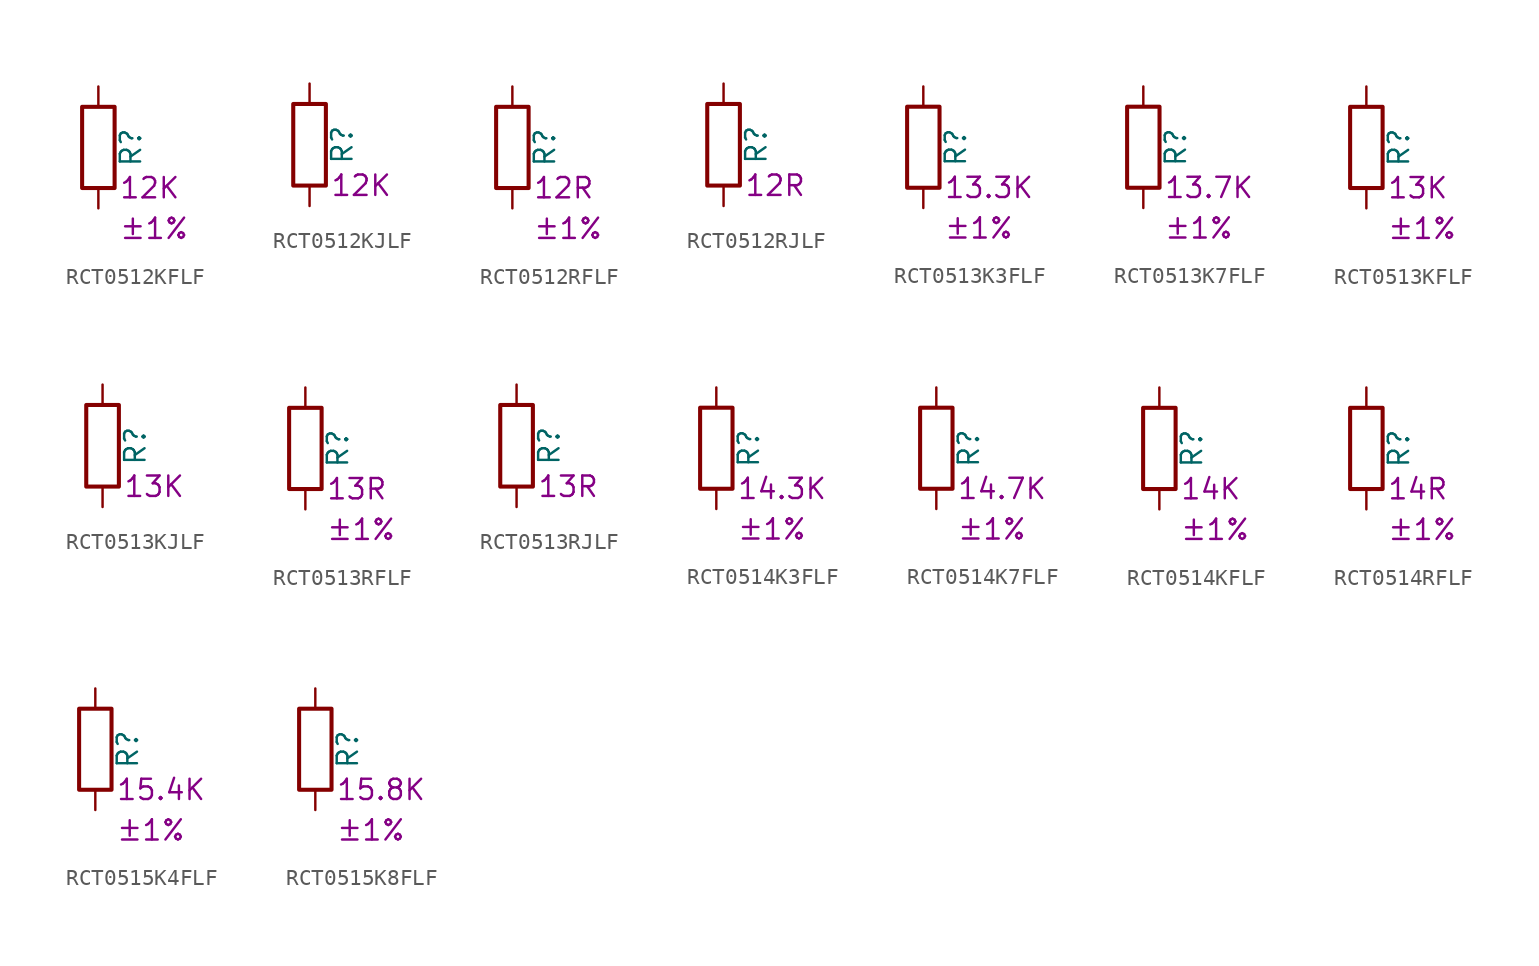
<source format=kicad_sym>
(kicad_symbol_lib
  (version 20220914)
  (generator kicad_symbol_editor)
  (symbol "RCT0512KFLF"
    (pin_numbers hide)
    (pin_names
      (offset 0))
    (property "Reference" "R"
      (at 2.032 0 90)
      (effects (font (size 1.27 1.27))))
    (property "Resistance" "12K"
      (at 1.27 -2.54 0)
      (effects (font (size 1.27 1.27)) (justify left)))
    (property "Tolerance" "±1%"
      (at 1.27 -5.08 0)
      (effects (font (size 1.27 1.27)) (justify left)))
    (symbol "RCT0512KFLF_0_1"
      (rectangle (start -1.016 -2.54) (end 1.016 2.54) (stroke (width 0.254) (type default)) (fill (type none))))
    (symbol "RCT0512KFLF_1_1"
      (pin passive line (at 0 3.81 270) (length 1.27) (name "~" (effects (font (size 1.27 1.27)))) (number "1" (effects (font (size 1.27 1.27)))))
      (pin passive line (at 0 -3.81 90) (length 1.27) (name "~" (effects (font (size 1.27 1.27)))) (number "2" (effects (font (size 1.27 1.27)))))))
  (symbol "RCT0512KJLF"
    (pin_numbers hide)
    (pin_names
      (offset 0))
    (property "Reference" "R"
      (at 2.032 0 90)
      (effects (font (size 1.27 1.27))))
    (property "Resistance" "12K"
      (at 1.27 -2.54 0)
      (effects (font (size 1.27 1.27)) (justify left)))
    (symbol "RCT0512KJLF_0_1"
      (rectangle (start -1.016 -2.54) (end 1.016 2.54) (stroke (width 0.254) (type default)) (fill (type none))))
    (symbol "RCT0512KJLF_1_1"
      (pin passive line (at 0 3.81 270) (length 1.27) (name "~" (effects (font (size 1.27 1.27)))) (number "1" (effects (font (size 1.27 1.27)))))
      (pin passive line (at 0 -3.81 90) (length 1.27) (name "~" (effects (font (size 1.27 1.27)))) (number "2" (effects (font (size 1.27 1.27)))))))
  (symbol "RCT0512RFLF"
    (pin_numbers hide)
    (pin_names
      (offset 0))
    (property "Reference" "R"
      (at 2.032 0 90)
      (effects (font (size 1.27 1.27))))
    (property "Resistance" "12R"
      (at 1.27 -2.54 0)
      (effects (font (size 1.27 1.27)) (justify left)))
    (property "Tolerance" "±1%"
      (at 1.27 -5.08 0)
      (effects (font (size 1.27 1.27)) (justify left)))
    (symbol "RCT0512RFLF_0_1"
      (rectangle (start -1.016 -2.54) (end 1.016 2.54) (stroke (width 0.254) (type default)) (fill (type none))))
    (symbol "RCT0512RFLF_1_1"
      (pin passive line (at 0 3.81 270) (length 1.27) (name "~" (effects (font (size 1.27 1.27)))) (number "1" (effects (font (size 1.27 1.27)))))
      (pin passive line (at 0 -3.81 90) (length 1.27) (name "~" (effects (font (size 1.27 1.27)))) (number "2" (effects (font (size 1.27 1.27)))))))
  (symbol "RCT0512RJLF"
    (pin_numbers hide)
    (pin_names
      (offset 0))
    (property "Reference" "R"
      (at 2.032 0 90)
      (effects (font (size 1.27 1.27))))
    (property "Resistance" "12R"
      (at 1.27 -2.54 0)
      (effects (font (size 1.27 1.27)) (justify left)))
    (symbol "RCT0512RJLF_0_1"
      (rectangle (start -1.016 -2.54) (end 1.016 2.54) (stroke (width 0.254) (type default)) (fill (type none))))
    (symbol "RCT0512RJLF_1_1"
      (pin passive line (at 0 3.81 270) (length 1.27) (name "~" (effects (font (size 1.27 1.27)))) (number "1" (effects (font (size 1.27 1.27)))))
      (pin passive line (at 0 -3.81 90) (length 1.27) (name "~" (effects (font (size 1.27 1.27)))) (number "2" (effects (font (size 1.27 1.27)))))))
  (symbol "RCT0513K3FLF"
    (pin_numbers hide)
    (pin_names
      (offset 0))
    (property "Reference" "R"
      (at 2.032 0 90)
      (effects (font (size 1.27 1.27))))
    (property "Resistance" "13.3K"
      (at 1.27 -2.54 0)
      (effects (font (size 1.27 1.27)) (justify left)))
    (property "Tolerance" "±1%"
      (at 1.27 -5.08 0)
      (effects (font (size 1.27 1.27)) (justify left)))
    (symbol "RCT0513K3FLF_0_1"
      (rectangle (start -1.016 -2.54) (end 1.016 2.54) (stroke (width 0.254) (type default)) (fill (type none))))
    (symbol "RCT0513K3FLF_1_1"
      (pin passive line (at 0 3.81 270) (length 1.27) (name "~" (effects (font (size 1.27 1.27)))) (number "1" (effects (font (size 1.27 1.27)))))
      (pin passive line (at 0 -3.81 90) (length 1.27) (name "~" (effects (font (size 1.27 1.27)))) (number "2" (effects (font (size 1.27 1.27)))))))
  (symbol "RCT0513K7FLF"
    (pin_numbers hide)
    (pin_names
      (offset 0))
    (property "Reference" "R"
      (at 2.032 0 90)
      (effects (font (size 1.27 1.27))))
    (property "Resistance" "13.7K"
      (at 1.27 -2.54 0)
      (effects (font (size 1.27 1.27)) (justify left)))
    (property "Tolerance" "±1%"
      (at 1.27 -5.08 0)
      (effects (font (size 1.27 1.27)) (justify left)))
    (symbol "RCT0513K7FLF_0_1"
      (rectangle (start -1.016 -2.54) (end 1.016 2.54) (stroke (width 0.254) (type default)) (fill (type none))))
    (symbol "RCT0513K7FLF_1_1"
      (pin passive line (at 0 3.81 270) (length 1.27) (name "~" (effects (font (size 1.27 1.27)))) (number "1" (effects (font (size 1.27 1.27)))))
      (pin passive line (at 0 -3.81 90) (length 1.27) (name "~" (effects (font (size 1.27 1.27)))) (number "2" (effects (font (size 1.27 1.27)))))))
  (symbol "RCT0513KFLF"
    (pin_numbers hide)
    (pin_names
      (offset 0))
    (property "Reference" "R"
      (at 2.032 0 90)
      (effects (font (size 1.27 1.27))))
    (property "Resistance" "13K"
      (at 1.27 -2.54 0)
      (effects (font (size 1.27 1.27)) (justify left)))
    (property "Tolerance" "±1%"
      (at 1.27 -5.08 0)
      (effects (font (size 1.27 1.27)) (justify left)))
    (symbol "RCT0513KFLF_0_1"
      (rectangle (start -1.016 -2.54) (end 1.016 2.54) (stroke (width 0.254) (type default)) (fill (type none))))
    (symbol "RCT0513KFLF_1_1"
      (pin passive line (at 0 3.81 270) (length 1.27) (name "~" (effects (font (size 1.27 1.27)))) (number "1" (effects (font (size 1.27 1.27)))))
      (pin passive line (at 0 -3.81 90) (length 1.27) (name "~" (effects (font (size 1.27 1.27)))) (number "2" (effects (font (size 1.27 1.27)))))))
  (symbol "RCT0513KJLF"
    (pin_numbers hide)
    (pin_names
      (offset 0))
    (property "Reference" "R"
      (at 2.032 0 90)
      (effects (font (size 1.27 1.27))))
    (property "Resistance" "13K"
      (at 1.27 -2.54 0)
      (effects (font (size 1.27 1.27)) (justify left)))
    (symbol "RCT0513KJLF_0_1"
      (rectangle (start -1.016 -2.54) (end 1.016 2.54) (stroke (width 0.254) (type default)) (fill (type none))))
    (symbol "RCT0513KJLF_1_1"
      (pin passive line (at 0 3.81 270) (length 1.27) (name "~" (effects (font (size 1.27 1.27)))) (number "1" (effects (font (size 1.27 1.27)))))
      (pin passive line (at 0 -3.81 90) (length 1.27) (name "~" (effects (font (size 1.27 1.27)))) (number "2" (effects (font (size 1.27 1.27)))))))
  (symbol "RCT0513RFLF"
    (pin_numbers hide)
    (pin_names
      (offset 0))
    (property "Reference" "R"
      (at 2.032 0 90)
      (effects (font (size 1.27 1.27))))
    (property "Resistance" "13R"
      (at 1.27 -2.54 0)
      (effects (font (size 1.27 1.27)) (justify left)))
    (property "Tolerance" "±1%"
      (at 1.27 -5.08 0)
      (effects (font (size 1.27 1.27)) (justify left)))
    (symbol "RCT0513RFLF_0_1"
      (rectangle (start -1.016 -2.54) (end 1.016 2.54) (stroke (width 0.254) (type default)) (fill (type none))))
    (symbol "RCT0513RFLF_1_1"
      (pin passive line (at 0 3.81 270) (length 1.27) (name "~" (effects (font (size 1.27 1.27)))) (number "1" (effects (font (size 1.27 1.27)))))
      (pin passive line (at 0 -3.81 90) (length 1.27) (name "~" (effects (font (size 1.27 1.27)))) (number "2" (effects (font (size 1.27 1.27)))))))
  (symbol "RCT0513RJLF"
    (pin_numbers hide)
    (pin_names
      (offset 0))
    (property "Reference" "R"
      (at 2.032 0 90)
      (effects (font (size 1.27 1.27))))
    (property "Resistance" "13R"
      (at 1.27 -2.54 0)
      (effects (font (size 1.27 1.27)) (justify left)))
    (symbol "RCT0513RJLF_0_1"
      (rectangle (start -1.016 -2.54) (end 1.016 2.54) (stroke (width 0.254) (type default)) (fill (type none))))
    (symbol "RCT0513RJLF_1_1"
      (pin passive line (at 0 3.81 270) (length 1.27) (name "~" (effects (font (size 1.27 1.27)))) (number "1" (effects (font (size 1.27 1.27)))))
      (pin passive line (at 0 -3.81 90) (length 1.27) (name "~" (effects (font (size 1.27 1.27)))) (number "2" (effects (font (size 1.27 1.27)))))))
  (symbol "RCT0514K3FLF"
    (pin_numbers hide)
    (pin_names
      (offset 0))
    (property "Reference" "R"
      (at 2.032 0 90)
      (effects (font (size 1.27 1.27))))
    (property "Resistance" "14.3K"
      (at 1.27 -2.54 0)
      (effects (font (size 1.27 1.27)) (justify left)))
    (property "Tolerance" "±1%"
      (at 1.27 -5.08 0)
      (effects (font (size 1.27 1.27)) (justify left)))
    (symbol "RCT0514K3FLF_0_1"
      (rectangle (start -1.016 -2.54) (end 1.016 2.54) (stroke (width 0.254) (type default)) (fill (type none))))
    (symbol "RCT0514K3FLF_1_1"
      (pin passive line (at 0 3.81 270) (length 1.27) (name "~" (effects (font (size 1.27 1.27)))) (number "1" (effects (font (size 1.27 1.27)))))
      (pin passive line (at 0 -3.81 90) (length 1.27) (name "~" (effects (font (size 1.27 1.27)))) (number "2" (effects (font (size 1.27 1.27)))))))
  (symbol "RCT0514K7FLF"
    (pin_numbers hide)
    (pin_names
      (offset 0))
    (property "Reference" "R"
      (at 2.032 0 90)
      (effects (font (size 1.27 1.27))))
    (property "Resistance" "14.7K"
      (at 1.27 -2.54 0)
      (effects (font (size 1.27 1.27)) (justify left)))
    (property "Tolerance" "±1%"
      (at 1.27 -5.08 0)
      (effects (font (size 1.27 1.27)) (justify left)))
    (symbol "RCT0514K7FLF_0_1"
      (rectangle (start -1.016 -2.54) (end 1.016 2.54) (stroke (width 0.254) (type default)) (fill (type none))))
    (symbol "RCT0514K7FLF_1_1"
      (pin passive line (at 0 3.81 270) (length 1.27) (name "~" (effects (font (size 1.27 1.27)))) (number "1" (effects (font (size 1.27 1.27)))))
      (pin passive line (at 0 -3.81 90) (length 1.27) (name "~" (effects (font (size 1.27 1.27)))) (number "2" (effects (font (size 1.27 1.27)))))))
  (symbol "RCT0514KFLF"
    (pin_numbers hide)
    (pin_names
      (offset 0))
    (property "Reference" "R"
      (at 2.032 0 90)
      (effects (font (size 1.27 1.27))))
    (property "Resistance" "14K"
      (at 1.27 -2.54 0)
      (effects (font (size 1.27 1.27)) (justify left)))
    (property "Tolerance" "±1%"
      (at 1.27 -5.08 0)
      (effects (font (size 1.27 1.27)) (justify left)))
    (symbol "RCT0514KFLF_0_1"
      (rectangle (start -1.016 -2.54) (end 1.016 2.54) (stroke (width 0.254) (type default)) (fill (type none))))
    (symbol "RCT0514KFLF_1_1"
      (pin passive line (at 0 3.81 270) (length 1.27) (name "~" (effects (font (size 1.27 1.27)))) (number "1" (effects (font (size 1.27 1.27)))))
      (pin passive line (at 0 -3.81 90) (length 1.27) (name "~" (effects (font (size 1.27 1.27)))) (number "2" (effects (font (size 1.27 1.27)))))))
  (symbol "RCT0514RFLF"
    (pin_numbers hide)
    (pin_names
      (offset 0))
    (property "Reference" "R"
      (at 2.032 0 90)
      (effects (font (size 1.27 1.27))))
    (property "Resistance" "14R"
      (at 1.27 -2.54 0)
      (effects (font (size 1.27 1.27)) (justify left)))
    (property "Tolerance" "±1%"
      (at 1.27 -5.08 0)
      (effects (font (size 1.27 1.27)) (justify left)))
    (symbol "RCT0514RFLF_0_1"
      (rectangle (start -1.016 -2.54) (end 1.016 2.54) (stroke (width 0.254) (type default)) (fill (type none))))
    (symbol "RCT0514RFLF_1_1"
      (pin passive line (at 0 3.81 270) (length 1.27) (name "~" (effects (font (size 1.27 1.27)))) (number "1" (effects (font (size 1.27 1.27)))))
      (pin passive line (at 0 -3.81 90) (length 1.27) (name "~" (effects (font (size 1.27 1.27)))) (number "2" (effects (font (size 1.27 1.27)))))))
  (symbol "RCT0515K4FLF"
    (pin_numbers hide)
    (pin_names
      (offset 0))
    (property "Reference" "R"
      (at 2.032 0 90)
      (effects (font (size 1.27 1.27))))
    (property "Resistance" "15.4K"
      (at 1.27 -2.54 0)
      (effects (font (size 1.27 1.27)) (justify left)))
    (property "Tolerance" "±1%"
      (at 1.27 -5.08 0)
      (effects (font (size 1.27 1.27)) (justify left)))
    (symbol "RCT0515K4FLF_0_1"
      (rectangle (start -1.016 -2.54) (end 1.016 2.54) (stroke (width 0.254) (type default)) (fill (type none))))
    (symbol "RCT0515K4FLF_1_1"
      (pin passive line (at 0 3.81 270) (length 1.27) (name "~" (effects (font (size 1.27 1.27)))) (number "1" (effects (font (size 1.27 1.27)))))
      (pin passive line (at 0 -3.81 90) (length 1.27) (name "~" (effects (font (size 1.27 1.27)))) (number "2" (effects (font (size 1.27 1.27)))))))
  (symbol "RCT0515K8FLF"
    (pin_numbers hide)
    (pin_names
      (offset 0))
    (property "Reference" "R"
      (at 2.032 0 90)
      (effects (font (size 1.27 1.27))))
    (property "Resistance" "15.8K"
      (at 1.27 -2.54 0)
      (effects (font (size 1.27 1.27)) (justify left)))
    (property "Tolerance" "±1%"
      (at 1.27 -5.08 0)
      (effects (font (size 1.27 1.27)) (justify left)))
    (symbol "RCT0515K8FLF_0_1"
      (rectangle (start -1.016 -2.54) (end 1.016 2.54) (stroke (width 0.254) (type default)) (fill (type none))))
    (symbol "RCT0515K8FLF_1_1"
      (pin passive line (at 0 3.81 270) (length 1.27) (name "~" (effects (font (size 1.27 1.27)))) (number "1" (effects (font (size 1.27 1.27)))))
      (pin passive line (at 0 -3.81 90) (length 1.27) (name "~" (effects (font (size 1.27 1.27)))) (number "2" (effects (font (size 1.27 1.27))))))))
</source>
